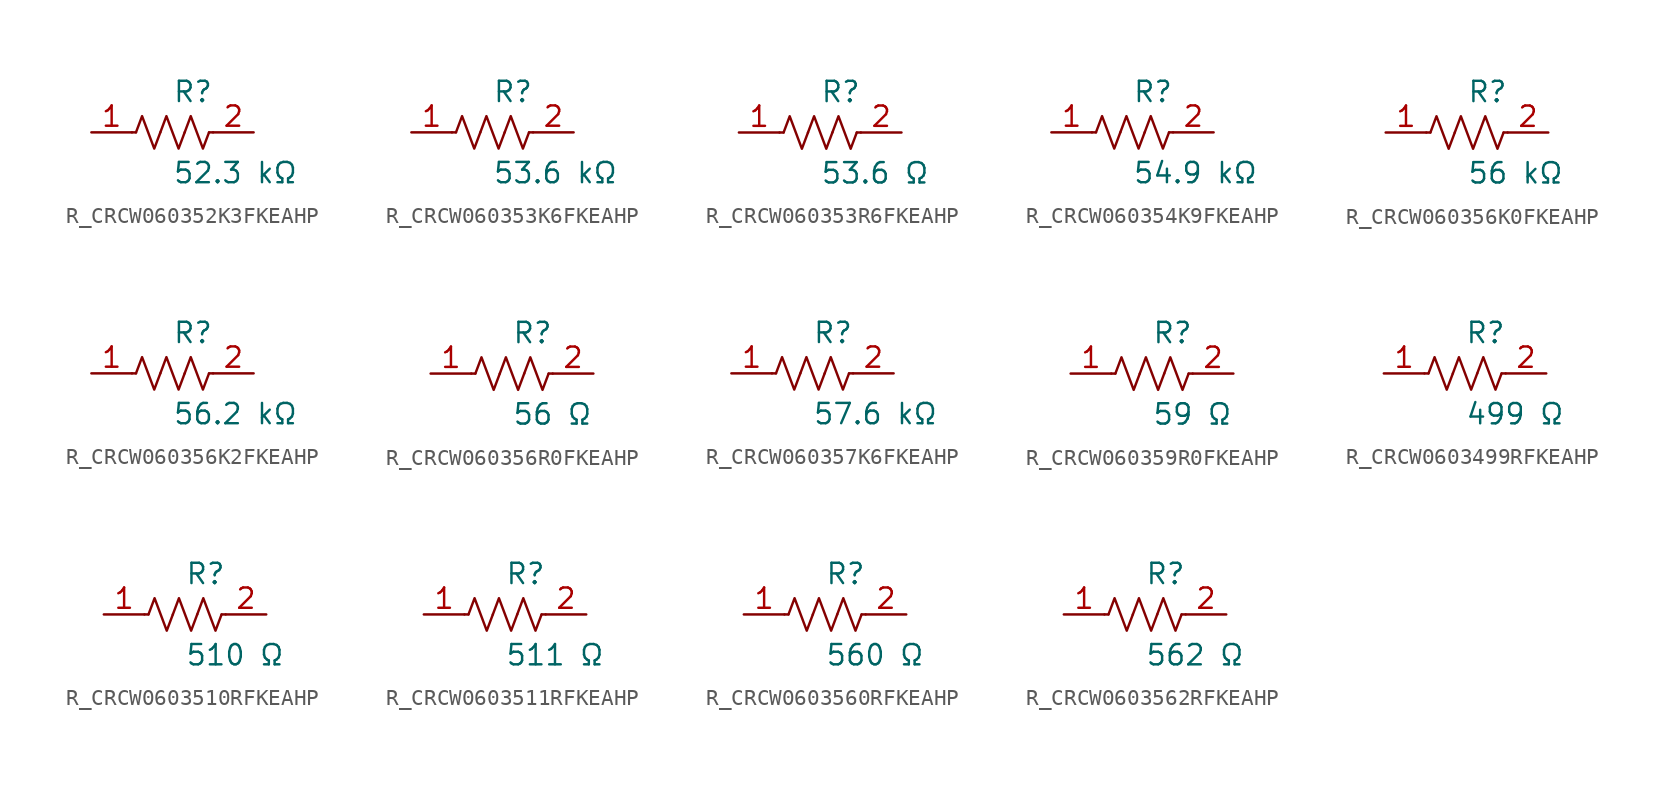
<source format=kicad_sym>
(kicad_symbol_lib
  (version 20231120)
  (generator kicad_symbol_editor)
  (generator_version 8.0)
  (symbol "R_CRCW060352K3FKEAHP"
    (pin_names
      (offset 0.254))
    (property "Reference" "R"
      (at 0.0 2.54 0)
      (effects (font (size 1.27 1.27)) (justify left)))
    (property "Value" "52.3 kΩ"
      (at 0.0 -2.54 0)
      (effects (font (size 1.27 1.27)) (justify left)))
    (symbol "R_CRCW060352K3FKEAHP_0_1"
      (polyline (pts (xy 2.286 0) (xy 2.54 0)) (stroke (width 0) (type default)) (fill (type none)))
      (polyline (pts (xy -2.286 0) (xy -2.54 0)) (stroke (width 0) (type default)) (fill (type none)))
      (polyline (pts (xy 0.762 0) (xy 1.143 1.016) (xy 1.524 0) (xy 1.905 -1.016) (xy 2.286 0)) (stroke (width 0) (type default)) (fill (type none)))
      (polyline (pts (xy -0.762 0) (xy -0.381 1.016) (xy 0 0) (xy 0.381 -1.016) (xy 0.762 0)) (stroke (width 0) (type default)) (fill (type none)))
      (polyline (pts (xy -2.286 0) (xy -1.905 1.016) (xy -1.524 0) (xy -1.143 -1.016) (xy -0.762 0)) (stroke (width 0) (type default)) (fill (type none))))
    (pin unspecified line
      (at -5.08 0 0)
      (length 2.54)
      (name "" (effects (font (size 1.27 1.27))))
      (number "1" (effects (font (size 1.27 1.27)))))
    (pin unspecified line
      (at 5.08 0 180)
      (length 2.54)
      (name "" (effects (font (size 1.27 1.27))))
      (number "2" (effects (font (size 1.27 1.27))))))
  (symbol "R_CRCW060353K6FKEAHP"
    (pin_names
      (offset 0.254))
    (property "Reference" "R"
      (at 0.0 2.54 0)
      (effects (font (size 1.27 1.27)) (justify left)))
    (property "Value" "53.6 kΩ"
      (at 0.0 -2.54 0)
      (effects (font (size 1.27 1.27)) (justify left)))
    (symbol "R_CRCW060353K6FKEAHP_0_1"
      (polyline (pts (xy 2.286 0) (xy 2.54 0)) (stroke (width 0) (type default)) (fill (type none)))
      (polyline (pts (xy -2.286 0) (xy -2.54 0)) (stroke (width 0) (type default)) (fill (type none)))
      (polyline (pts (xy 0.762 0) (xy 1.143 1.016) (xy 1.524 0) (xy 1.905 -1.016) (xy 2.286 0)) (stroke (width 0) (type default)) (fill (type none)))
      (polyline (pts (xy -0.762 0) (xy -0.381 1.016) (xy 0 0) (xy 0.381 -1.016) (xy 0.762 0)) (stroke (width 0) (type default)) (fill (type none)))
      (polyline (pts (xy -2.286 0) (xy -1.905 1.016) (xy -1.524 0) (xy -1.143 -1.016) (xy -0.762 0)) (stroke (width 0) (type default)) (fill (type none))))
    (pin unspecified line
      (at -5.08 0 0)
      (length 2.54)
      (name "" (effects (font (size 1.27 1.27))))
      (number "1" (effects (font (size 1.27 1.27)))))
    (pin unspecified line
      (at 5.08 0 180)
      (length 2.54)
      (name "" (effects (font (size 1.27 1.27))))
      (number "2" (effects (font (size 1.27 1.27))))))
  (symbol "R_CRCW060353R6FKEAHP"
    (pin_names
      (offset 0.254))
    (property "Reference" "R"
      (at 0.0 2.54 0)
      (effects (font (size 1.27 1.27)) (justify left)))
    (property "Value" "53.6 Ω"
      (at 0.0 -2.54 0)
      (effects (font (size 1.27 1.27)) (justify left)))
    (symbol "R_CRCW060353R6FKEAHP_0_1"
      (polyline (pts (xy 2.286 0) (xy 2.54 0)) (stroke (width 0) (type default)) (fill (type none)))
      (polyline (pts (xy -2.286 0) (xy -2.54 0)) (stroke (width 0) (type default)) (fill (type none)))
      (polyline (pts (xy 0.762 0) (xy 1.143 1.016) (xy 1.524 0) (xy 1.905 -1.016) (xy 2.286 0)) (stroke (width 0) (type default)) (fill (type none)))
      (polyline (pts (xy -0.762 0) (xy -0.381 1.016) (xy 0 0) (xy 0.381 -1.016) (xy 0.762 0)) (stroke (width 0) (type default)) (fill (type none)))
      (polyline (pts (xy -2.286 0) (xy -1.905 1.016) (xy -1.524 0) (xy -1.143 -1.016) (xy -0.762 0)) (stroke (width 0) (type default)) (fill (type none))))
    (pin unspecified line
      (at -5.08 0 0)
      (length 2.54)
      (name "" (effects (font (size 1.27 1.27))))
      (number "1" (effects (font (size 1.27 1.27)))))
    (pin unspecified line
      (at 5.08 0 180)
      (length 2.54)
      (name "" (effects (font (size 1.27 1.27))))
      (number "2" (effects (font (size 1.27 1.27))))))
  (symbol "R_CRCW060354K9FKEAHP"
    (pin_names
      (offset 0.254))
    (property "Reference" "R"
      (at 0.0 2.54 0)
      (effects (font (size 1.27 1.27)) (justify left)))
    (property "Value" "54.9 kΩ"
      (at 0.0 -2.54 0)
      (effects (font (size 1.27 1.27)) (justify left)))
    (symbol "R_CRCW060354K9FKEAHP_0_1"
      (polyline (pts (xy 2.286 0) (xy 2.54 0)) (stroke (width 0) (type default)) (fill (type none)))
      (polyline (pts (xy -2.286 0) (xy -2.54 0)) (stroke (width 0) (type default)) (fill (type none)))
      (polyline (pts (xy 0.762 0) (xy 1.143 1.016) (xy 1.524 0) (xy 1.905 -1.016) (xy 2.286 0)) (stroke (width 0) (type default)) (fill (type none)))
      (polyline (pts (xy -0.762 0) (xy -0.381 1.016) (xy 0 0) (xy 0.381 -1.016) (xy 0.762 0)) (stroke (width 0) (type default)) (fill (type none)))
      (polyline (pts (xy -2.286 0) (xy -1.905 1.016) (xy -1.524 0) (xy -1.143 -1.016) (xy -0.762 0)) (stroke (width 0) (type default)) (fill (type none))))
    (pin unspecified line
      (at -5.08 0 0)
      (length 2.54)
      (name "" (effects (font (size 1.27 1.27))))
      (number "1" (effects (font (size 1.27 1.27)))))
    (pin unspecified line
      (at 5.08 0 180)
      (length 2.54)
      (name "" (effects (font (size 1.27 1.27))))
      (number "2" (effects (font (size 1.27 1.27))))))
  (symbol "R_CRCW060356K0FKEAHP"
    (pin_names
      (offset 0.254))
    (property "Reference" "R"
      (at 0.0 2.54 0)
      (effects (font (size 1.27 1.27)) (justify left)))
    (property "Value" "56 kΩ"
      (at 0.0 -2.54 0)
      (effects (font (size 1.27 1.27)) (justify left)))
    (symbol "R_CRCW060356K0FKEAHP_0_1"
      (polyline (pts (xy 2.286 0) (xy 2.54 0)) (stroke (width 0) (type default)) (fill (type none)))
      (polyline (pts (xy -2.286 0) (xy -2.54 0)) (stroke (width 0) (type default)) (fill (type none)))
      (polyline (pts (xy 0.762 0) (xy 1.143 1.016) (xy 1.524 0) (xy 1.905 -1.016) (xy 2.286 0)) (stroke (width 0) (type default)) (fill (type none)))
      (polyline (pts (xy -0.762 0) (xy -0.381 1.016) (xy 0 0) (xy 0.381 -1.016) (xy 0.762 0)) (stroke (width 0) (type default)) (fill (type none)))
      (polyline (pts (xy -2.286 0) (xy -1.905 1.016) (xy -1.524 0) (xy -1.143 -1.016) (xy -0.762 0)) (stroke (width 0) (type default)) (fill (type none))))
    (pin unspecified line
      (at -5.08 0 0)
      (length 2.54)
      (name "" (effects (font (size 1.27 1.27))))
      (number "1" (effects (font (size 1.27 1.27)))))
    (pin unspecified line
      (at 5.08 0 180)
      (length 2.54)
      (name "" (effects (font (size 1.27 1.27))))
      (number "2" (effects (font (size 1.27 1.27))))))
  (symbol "R_CRCW060356K2FKEAHP"
    (pin_names
      (offset 0.254))
    (property "Reference" "R"
      (at 0.0 2.54 0)
      (effects (font (size 1.27 1.27)) (justify left)))
    (property "Value" "56.2 kΩ"
      (at 0.0 -2.54 0)
      (effects (font (size 1.27 1.27)) (justify left)))
    (symbol "R_CRCW060356K2FKEAHP_0_1"
      (polyline (pts (xy 2.286 0) (xy 2.54 0)) (stroke (width 0) (type default)) (fill (type none)))
      (polyline (pts (xy -2.286 0) (xy -2.54 0)) (stroke (width 0) (type default)) (fill (type none)))
      (polyline (pts (xy 0.762 0) (xy 1.143 1.016) (xy 1.524 0) (xy 1.905 -1.016) (xy 2.286 0)) (stroke (width 0) (type default)) (fill (type none)))
      (polyline (pts (xy -0.762 0) (xy -0.381 1.016) (xy 0 0) (xy 0.381 -1.016) (xy 0.762 0)) (stroke (width 0) (type default)) (fill (type none)))
      (polyline (pts (xy -2.286 0) (xy -1.905 1.016) (xy -1.524 0) (xy -1.143 -1.016) (xy -0.762 0)) (stroke (width 0) (type default)) (fill (type none))))
    (pin unspecified line
      (at -5.08 0 0)
      (length 2.54)
      (name "" (effects (font (size 1.27 1.27))))
      (number "1" (effects (font (size 1.27 1.27)))))
    (pin unspecified line
      (at 5.08 0 180)
      (length 2.54)
      (name "" (effects (font (size 1.27 1.27))))
      (number "2" (effects (font (size 1.27 1.27))))))
  (symbol "R_CRCW060356R0FKEAHP"
    (pin_names
      (offset 0.254))
    (property "Reference" "R"
      (at 0.0 2.54 0)
      (effects (font (size 1.27 1.27)) (justify left)))
    (property "Value" "56 Ω"
      (at 0.0 -2.54 0)
      (effects (font (size 1.27 1.27)) (justify left)))
    (symbol "R_CRCW060356R0FKEAHP_0_1"
      (polyline (pts (xy 2.286 0) (xy 2.54 0)) (stroke (width 0) (type default)) (fill (type none)))
      (polyline (pts (xy -2.286 0) (xy -2.54 0)) (stroke (width 0) (type default)) (fill (type none)))
      (polyline (pts (xy 0.762 0) (xy 1.143 1.016) (xy 1.524 0) (xy 1.905 -1.016) (xy 2.286 0)) (stroke (width 0) (type default)) (fill (type none)))
      (polyline (pts (xy -0.762 0) (xy -0.381 1.016) (xy 0 0) (xy 0.381 -1.016) (xy 0.762 0)) (stroke (width 0) (type default)) (fill (type none)))
      (polyline (pts (xy -2.286 0) (xy -1.905 1.016) (xy -1.524 0) (xy -1.143 -1.016) (xy -0.762 0)) (stroke (width 0) (type default)) (fill (type none))))
    (pin unspecified line
      (at -5.08 0 0)
      (length 2.54)
      (name "" (effects (font (size 1.27 1.27))))
      (number "1" (effects (font (size 1.27 1.27)))))
    (pin unspecified line
      (at 5.08 0 180)
      (length 2.54)
      (name "" (effects (font (size 1.27 1.27))))
      (number "2" (effects (font (size 1.27 1.27))))))
  (symbol "R_CRCW060357K6FKEAHP"
    (pin_names
      (offset 0.254))
    (property "Reference" "R"
      (at 0.0 2.54 0)
      (effects (font (size 1.27 1.27)) (justify left)))
    (property "Value" "57.6 kΩ"
      (at 0.0 -2.54 0)
      (effects (font (size 1.27 1.27)) (justify left)))
    (symbol "R_CRCW060357K6FKEAHP_0_1"
      (polyline (pts (xy 2.286 0) (xy 2.54 0)) (stroke (width 0) (type default)) (fill (type none)))
      (polyline (pts (xy -2.286 0) (xy -2.54 0)) (stroke (width 0) (type default)) (fill (type none)))
      (polyline (pts (xy 0.762 0) (xy 1.143 1.016) (xy 1.524 0) (xy 1.905 -1.016) (xy 2.286 0)) (stroke (width 0) (type default)) (fill (type none)))
      (polyline (pts (xy -0.762 0) (xy -0.381 1.016) (xy 0 0) (xy 0.381 -1.016) (xy 0.762 0)) (stroke (width 0) (type default)) (fill (type none)))
      (polyline (pts (xy -2.286 0) (xy -1.905 1.016) (xy -1.524 0) (xy -1.143 -1.016) (xy -0.762 0)) (stroke (width 0) (type default)) (fill (type none))))
    (pin unspecified line
      (at -5.08 0 0)
      (length 2.54)
      (name "" (effects (font (size 1.27 1.27))))
      (number "1" (effects (font (size 1.27 1.27)))))
    (pin unspecified line
      (at 5.08 0 180)
      (length 2.54)
      (name "" (effects (font (size 1.27 1.27))))
      (number "2" (effects (font (size 1.27 1.27))))))
  (symbol "R_CRCW060359R0FKEAHP"
    (pin_names
      (offset 0.254))
    (property "Reference" "R"
      (at 0.0 2.54 0)
      (effects (font (size 1.27 1.27)) (justify left)))
    (property "Value" "59 Ω"
      (at 0.0 -2.54 0)
      (effects (font (size 1.27 1.27)) (justify left)))
    (symbol "R_CRCW060359R0FKEAHP_0_1"
      (polyline (pts (xy 2.286 0) (xy 2.54 0)) (stroke (width 0) (type default)) (fill (type none)))
      (polyline (pts (xy -2.286 0) (xy -2.54 0)) (stroke (width 0) (type default)) (fill (type none)))
      (polyline (pts (xy 0.762 0) (xy 1.143 1.016) (xy 1.524 0) (xy 1.905 -1.016) (xy 2.286 0)) (stroke (width 0) (type default)) (fill (type none)))
      (polyline (pts (xy -0.762 0) (xy -0.381 1.016) (xy 0 0) (xy 0.381 -1.016) (xy 0.762 0)) (stroke (width 0) (type default)) (fill (type none)))
      (polyline (pts (xy -2.286 0) (xy -1.905 1.016) (xy -1.524 0) (xy -1.143 -1.016) (xy -0.762 0)) (stroke (width 0) (type default)) (fill (type none))))
    (pin unspecified line
      (at -5.08 0 0)
      (length 2.54)
      (name "" (effects (font (size 1.27 1.27))))
      (number "1" (effects (font (size 1.27 1.27)))))
    (pin unspecified line
      (at 5.08 0 180)
      (length 2.54)
      (name "" (effects (font (size 1.27 1.27))))
      (number "2" (effects (font (size 1.27 1.27))))))
  (symbol "R_CRCW0603499RFKEAHP"
    (pin_names
      (offset 0.254))
    (property "Reference" "R"
      (at 0.0 2.54 0)
      (effects (font (size 1.27 1.27)) (justify left)))
    (property "Value" "499 Ω"
      (at 0.0 -2.54 0)
      (effects (font (size 1.27 1.27)) (justify left)))
    (symbol "R_CRCW0603499RFKEAHP_0_1"
      (polyline (pts (xy 2.286 0) (xy 2.54 0)) (stroke (width 0) (type default)) (fill (type none)))
      (polyline (pts (xy -2.286 0) (xy -2.54 0)) (stroke (width 0) (type default)) (fill (type none)))
      (polyline (pts (xy 0.762 0) (xy 1.143 1.016) (xy 1.524 0) (xy 1.905 -1.016) (xy 2.286 0)) (stroke (width 0) (type default)) (fill (type none)))
      (polyline (pts (xy -0.762 0) (xy -0.381 1.016) (xy 0 0) (xy 0.381 -1.016) (xy 0.762 0)) (stroke (width 0) (type default)) (fill (type none)))
      (polyline (pts (xy -2.286 0) (xy -1.905 1.016) (xy -1.524 0) (xy -1.143 -1.016) (xy -0.762 0)) (stroke (width 0) (type default)) (fill (type none))))
    (pin unspecified line
      (at -5.08 0 0)
      (length 2.54)
      (name "" (effects (font (size 1.27 1.27))))
      (number "1" (effects (font (size 1.27 1.27)))))
    (pin unspecified line
      (at 5.08 0 180)
      (length 2.54)
      (name "" (effects (font (size 1.27 1.27))))
      (number "2" (effects (font (size 1.27 1.27))))))
  (symbol "R_CRCW0603510RFKEAHP"
    (pin_names
      (offset 0.254))
    (property "Reference" "R"
      (at 0.0 2.54 0)
      (effects (font (size 1.27 1.27)) (justify left)))
    (property "Value" "510 Ω"
      (at 0.0 -2.54 0)
      (effects (font (size 1.27 1.27)) (justify left)))
    (symbol "R_CRCW0603510RFKEAHP_0_1"
      (polyline (pts (xy 2.286 0) (xy 2.54 0)) (stroke (width 0) (type default)) (fill (type none)))
      (polyline (pts (xy -2.286 0) (xy -2.54 0)) (stroke (width 0) (type default)) (fill (type none)))
      (polyline (pts (xy 0.762 0) (xy 1.143 1.016) (xy 1.524 0) (xy 1.905 -1.016) (xy 2.286 0)) (stroke (width 0) (type default)) (fill (type none)))
      (polyline (pts (xy -0.762 0) (xy -0.381 1.016) (xy 0 0) (xy 0.381 -1.016) (xy 0.762 0)) (stroke (width 0) (type default)) (fill (type none)))
      (polyline (pts (xy -2.286 0) (xy -1.905 1.016) (xy -1.524 0) (xy -1.143 -1.016) (xy -0.762 0)) (stroke (width 0) (type default)) (fill (type none))))
    (pin unspecified line
      (at -5.08 0 0)
      (length 2.54)
      (name "" (effects (font (size 1.27 1.27))))
      (number "1" (effects (font (size 1.27 1.27)))))
    (pin unspecified line
      (at 5.08 0 180)
      (length 2.54)
      (name "" (effects (font (size 1.27 1.27))))
      (number "2" (effects (font (size 1.27 1.27))))))
  (symbol "R_CRCW0603511RFKEAHP"
    (pin_names
      (offset 0.254))
    (property "Reference" "R"
      (at 0.0 2.54 0)
      (effects (font (size 1.27 1.27)) (justify left)))
    (property "Value" "511 Ω"
      (at 0.0 -2.54 0)
      (effects (font (size 1.27 1.27)) (justify left)))
    (symbol "R_CRCW0603511RFKEAHP_0_1"
      (polyline (pts (xy 2.286 0) (xy 2.54 0)) (stroke (width 0) (type default)) (fill (type none)))
      (polyline (pts (xy -2.286 0) (xy -2.54 0)) (stroke (width 0) (type default)) (fill (type none)))
      (polyline (pts (xy 0.762 0) (xy 1.143 1.016) (xy 1.524 0) (xy 1.905 -1.016) (xy 2.286 0)) (stroke (width 0) (type default)) (fill (type none)))
      (polyline (pts (xy -0.762 0) (xy -0.381 1.016) (xy 0 0) (xy 0.381 -1.016) (xy 0.762 0)) (stroke (width 0) (type default)) (fill (type none)))
      (polyline (pts (xy -2.286 0) (xy -1.905 1.016) (xy -1.524 0) (xy -1.143 -1.016) (xy -0.762 0)) (stroke (width 0) (type default)) (fill (type none))))
    (pin unspecified line
      (at -5.08 0 0)
      (length 2.54)
      (name "" (effects (font (size 1.27 1.27))))
      (number "1" (effects (font (size 1.27 1.27)))))
    (pin unspecified line
      (at 5.08 0 180)
      (length 2.54)
      (name "" (effects (font (size 1.27 1.27))))
      (number "2" (effects (font (size 1.27 1.27))))))
  (symbol "R_CRCW0603560RFKEAHP"
    (pin_names
      (offset 0.254))
    (property "Reference" "R"
      (at 0.0 2.54 0)
      (effects (font (size 1.27 1.27)) (justify left)))
    (property "Value" "560 Ω"
      (at 0.0 -2.54 0)
      (effects (font (size 1.27 1.27)) (justify left)))
    (symbol "R_CRCW0603560RFKEAHP_0_1"
      (polyline (pts (xy 2.286 0) (xy 2.54 0)) (stroke (width 0) (type default)) (fill (type none)))
      (polyline (pts (xy -2.286 0) (xy -2.54 0)) (stroke (width 0) (type default)) (fill (type none)))
      (polyline (pts (xy 0.762 0) (xy 1.143 1.016) (xy 1.524 0) (xy 1.905 -1.016) (xy 2.286 0)) (stroke (width 0) (type default)) (fill (type none)))
      (polyline (pts (xy -0.762 0) (xy -0.381 1.016) (xy 0 0) (xy 0.381 -1.016) (xy 0.762 0)) (stroke (width 0) (type default)) (fill (type none)))
      (polyline (pts (xy -2.286 0) (xy -1.905 1.016) (xy -1.524 0) (xy -1.143 -1.016) (xy -0.762 0)) (stroke (width 0) (type default)) (fill (type none))))
    (pin unspecified line
      (at -5.08 0 0)
      (length 2.54)
      (name "" (effects (font (size 1.27 1.27))))
      (number "1" (effects (font (size 1.27 1.27)))))
    (pin unspecified line
      (at 5.08 0 180)
      (length 2.54)
      (name "" (effects (font (size 1.27 1.27))))
      (number "2" (effects (font (size 1.27 1.27))))))
  (symbol "R_CRCW0603562RFKEAHP"
    (pin_names
      (offset 0.254))
    (property "Reference" "R"
      (at 0.0 2.54 0)
      (effects (font (size 1.27 1.27)) (justify left)))
    (property "Value" "562 Ω"
      (at 0.0 -2.54 0)
      (effects (font (size 1.27 1.27)) (justify left)))
    (symbol "R_CRCW0603562RFKEAHP_0_1"
      (polyline (pts (xy 2.286 0) (xy 2.54 0)) (stroke (width 0) (type default)) (fill (type none)))
      (polyline (pts (xy -2.286 0) (xy -2.54 0)) (stroke (width 0) (type default)) (fill (type none)))
      (polyline (pts (xy 0.762 0) (xy 1.143 1.016) (xy 1.524 0) (xy 1.905 -1.016) (xy 2.286 0)) (stroke (width 0) (type default)) (fill (type none)))
      (polyline (pts (xy -0.762 0) (xy -0.381 1.016) (xy 0 0) (xy 0.381 -1.016) (xy 0.762 0)) (stroke (width 0) (type default)) (fill (type none)))
      (polyline (pts (xy -2.286 0) (xy -1.905 1.016) (xy -1.524 0) (xy -1.143 -1.016) (xy -0.762 0)) (stroke (width 0) (type default)) (fill (type none))))
    (pin unspecified line
      (at -5.08 0 0)
      (length 2.54)
      (name "" (effects (font (size 1.27 1.27))))
      (number "1" (effects (font (size 1.27 1.27)))))
    (pin unspecified line
      (at 5.08 0 180)
      (length 2.54)
      (name "" (effects (font (size 1.27 1.27))))
      (number "2" (effects (font (size 1.27 1.27)))))))
</source>
